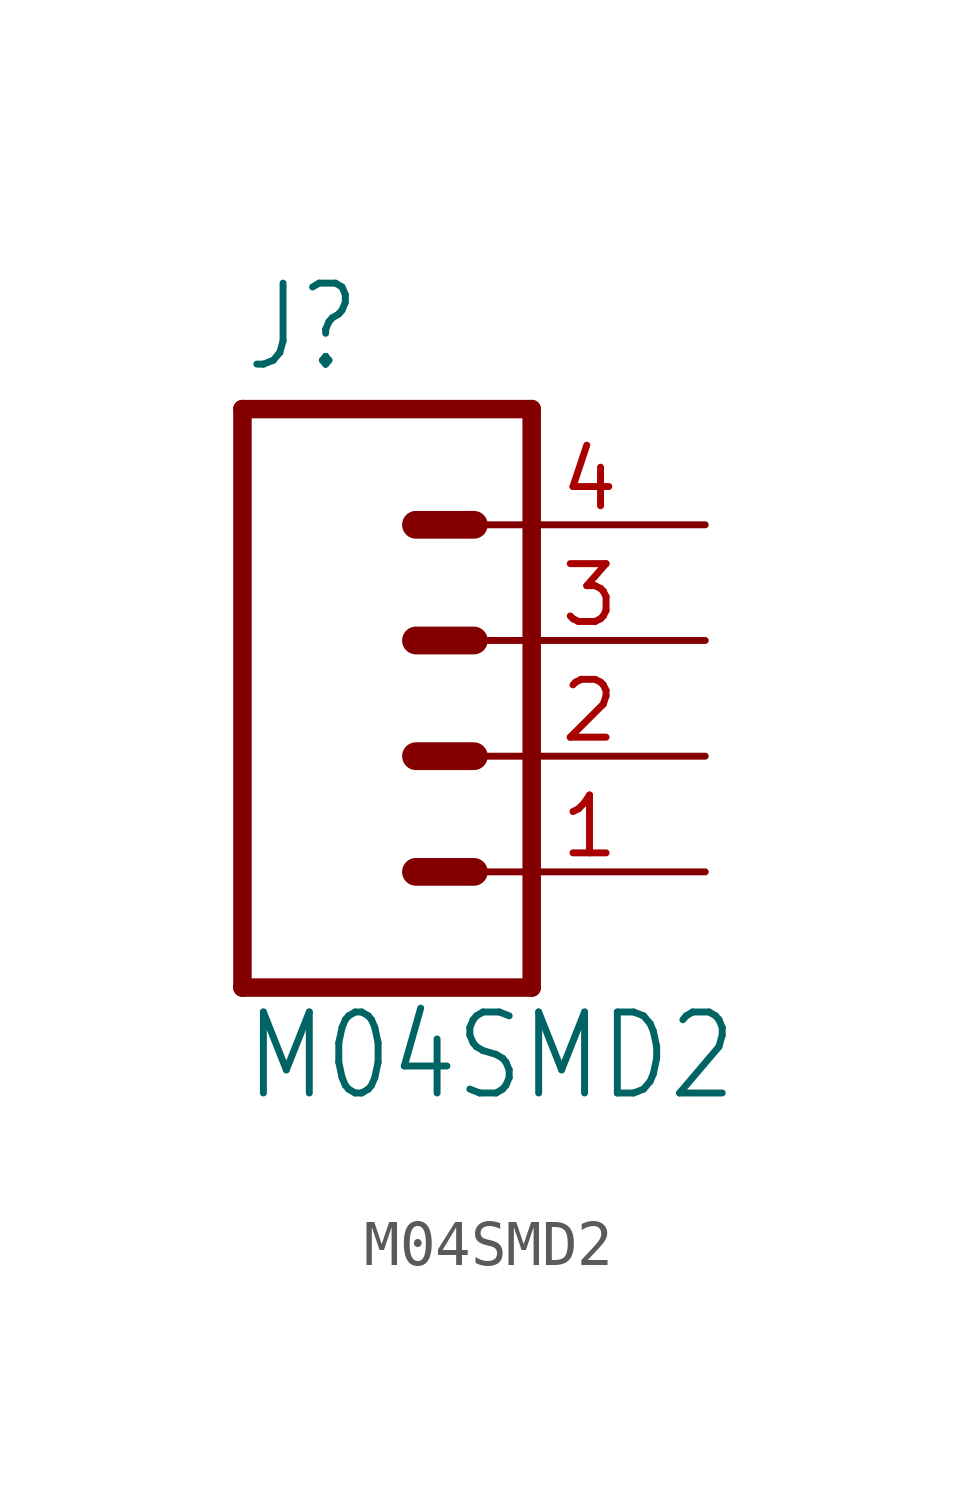
<source format=kicad_sym>
(kicad_symbol_lib
  (version 20220914)
  (generator kicad_symbol_editor)
  (symbol "M04SMD2"
    (property "Reference" "J"
      (at -5.08 8.382 0)
      (effects (font (size 1.778 1.511)) (justify left bottom)))
    (property "Value" "M04SMD2"
      (at -5.08 -7.62 0)
      (effects (font (size 1.778 1.511)) (justify left bottom)))
    (property "ki_locked" ""
      (at 0 0 0)
      (effects (font (size 1.27 1.27))))
    (symbol "M04SMD2_1_0"
      (polyline (pts (xy -5.08 7.62) (xy -5.08 -5.08)) (stroke (width 0.406) (type default)) (fill (type none)))
      (polyline (pts (xy -5.08 7.62) (xy 1.27 7.62)) (stroke (width 0.406) (type default)) (fill (type none)))
      (polyline (pts (xy -1.27 -2.54) (xy 0 -2.54)) (stroke (width 0.61) (type default)) (fill (type none)))
      (polyline (pts (xy -1.27 0) (xy 0 0)) (stroke (width 0.61) (type default)) (fill (type none)))
      (polyline (pts (xy -1.27 2.54) (xy 0 2.54)) (stroke (width 0.61) (type default)) (fill (type none)))
      (polyline (pts (xy -1.27 5.08) (xy 0 5.08)) (stroke (width 0.61) (type default)) (fill (type none)))
      (polyline (pts (xy 1.27 -5.08) (xy -5.08 -5.08)) (stroke (width 0.406) (type default)) (fill (type none)))
      (polyline (pts (xy 1.27 -5.08) (xy 1.27 7.62)) (stroke (width 0.406) (type default)) (fill (type none)))
      (pin passive line (at 5.08 -2.54 180) (length 5.08) (name "1" (effects (font (size 0 0)))) (number "1" (effects (font (size 1.27 1.27)))))
      (pin passive line (at 5.08 0 180) (length 5.08) (name "2" (effects (font (size 0 0)))) (number "2" (effects (font (size 1.27 1.27)))))
      (pin passive line (at 5.08 2.54 180) (length 5.08) (name "3" (effects (font (size 0 0)))) (number "3" (effects (font (size 1.27 1.27)))))
      (pin passive line (at 5.08 5.08 180) (length 5.08) (name "4" (effects (font (size 0 0)))) (number "4" (effects (font (size 1.27 1.27))))))))
</source>
